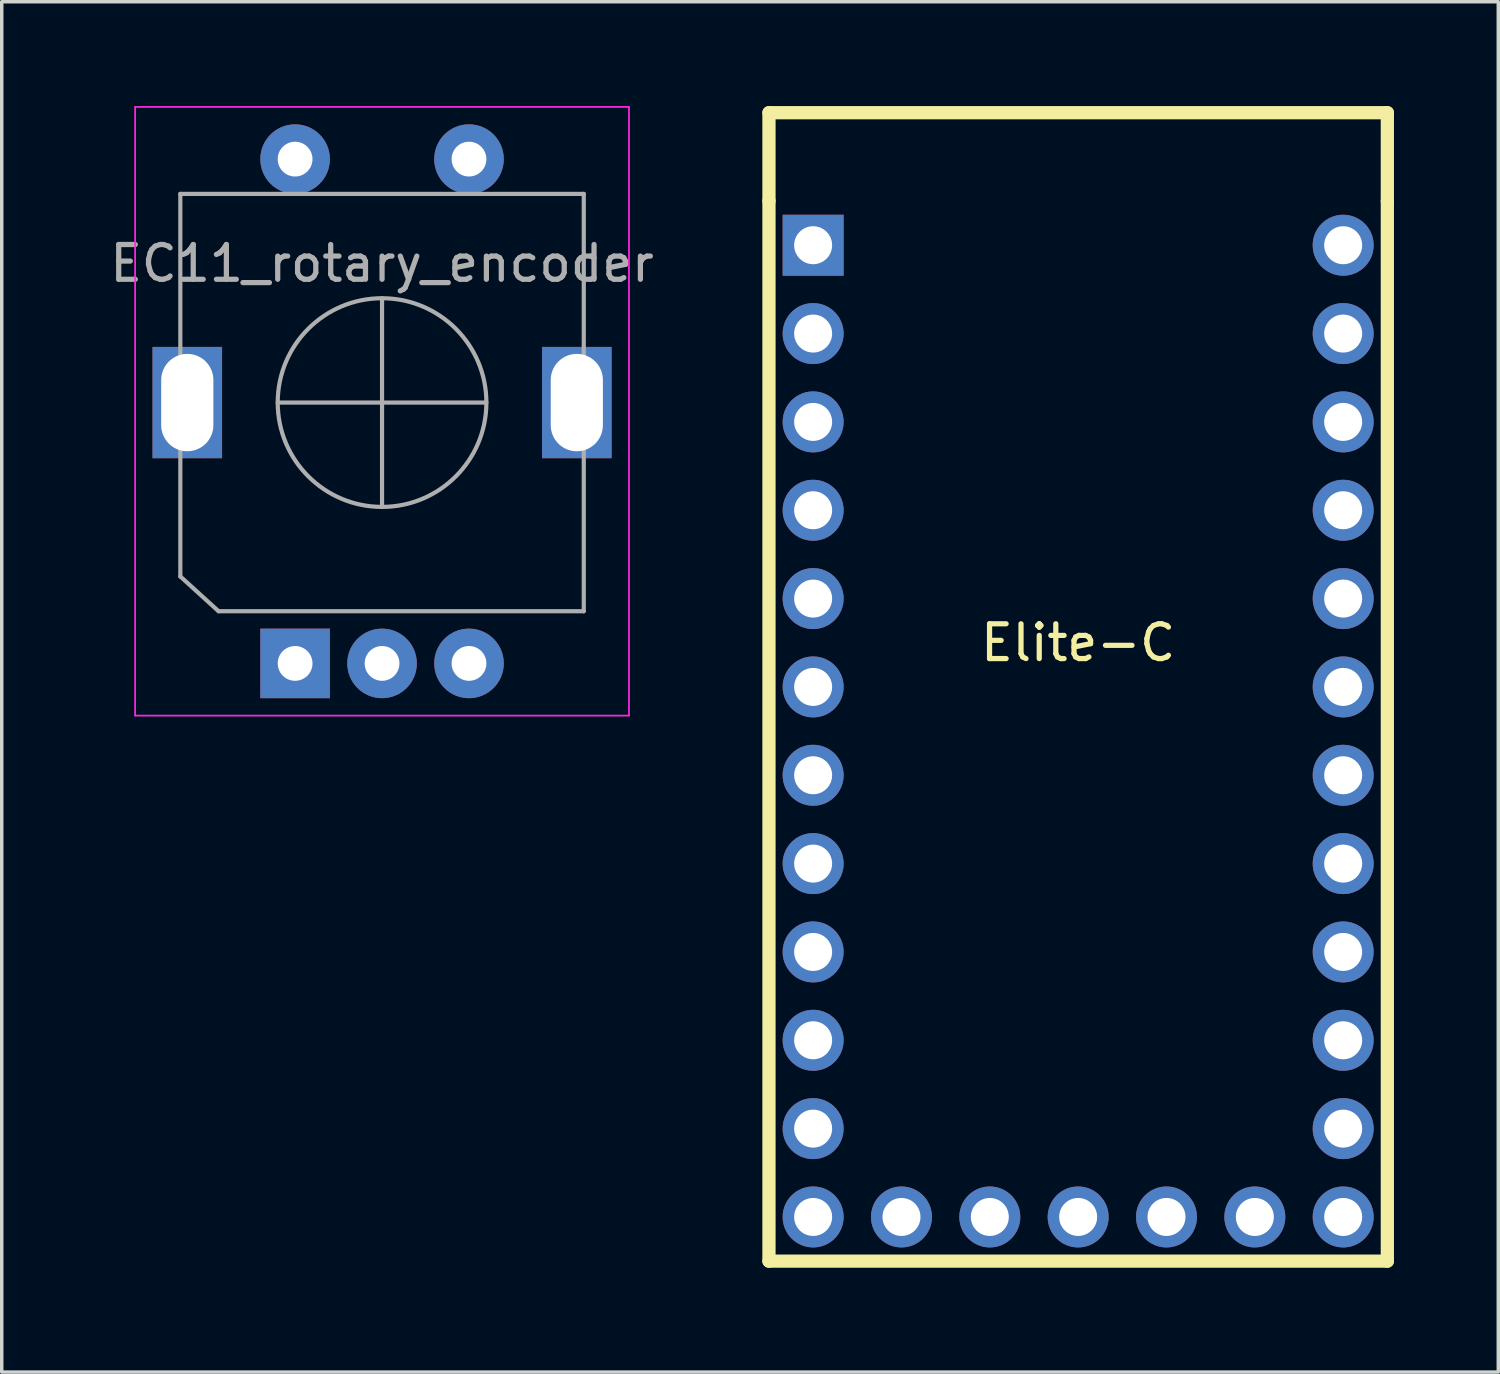
<source format=kicad_pcb>
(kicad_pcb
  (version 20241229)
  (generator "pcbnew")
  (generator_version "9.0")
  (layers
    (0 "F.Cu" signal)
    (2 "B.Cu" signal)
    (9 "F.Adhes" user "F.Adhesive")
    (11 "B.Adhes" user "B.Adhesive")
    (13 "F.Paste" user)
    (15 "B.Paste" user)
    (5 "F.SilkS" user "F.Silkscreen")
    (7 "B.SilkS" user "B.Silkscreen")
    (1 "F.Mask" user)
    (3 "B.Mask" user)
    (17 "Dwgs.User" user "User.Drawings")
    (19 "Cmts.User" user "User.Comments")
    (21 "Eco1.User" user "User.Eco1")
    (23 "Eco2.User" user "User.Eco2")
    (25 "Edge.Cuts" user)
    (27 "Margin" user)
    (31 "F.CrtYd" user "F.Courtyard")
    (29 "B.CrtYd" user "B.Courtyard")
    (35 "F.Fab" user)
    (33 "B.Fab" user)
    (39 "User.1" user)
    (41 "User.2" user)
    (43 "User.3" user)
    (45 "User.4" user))
  (footprint "EC11_rotary_encoder"
    (layer "F.Cu")
    (at 7.935 8.525)
    (property "Reference" "EC11_rotary_encoder" (at 0 -4 180) (layer "F.Fab") (effects (font (size 1 1) (thickness 0.15))))
    (attr through_hole)
    (fp_line (start -7.1 9) (end -7.1 -8.5) (stroke (width 0.05) (type solid)) (layer "F.CrtYd"))
    (fp_line (start -7.1 9) (end 7.1 9) (stroke (width 0.05) (type solid)) (layer "F.CrtYd"))
    (fp_line (start 7.1 -8.5) (end -7.1 -8.5) (stroke (width 0.05) (type solid)) (layer "F.CrtYd"))
    (fp_line (start 7.1 -8.5) (end 7.1 9) (stroke (width 0.05) (type solid)) (layer "F.CrtYd"))
    (fp_line (start -5.8 -6) (end 5.8 -6) (stroke (width 0.12) (type solid)) (layer "F.Fab"))
    (fp_line (start -5.8 5) (end -5.8 -6) (stroke (width 0.12) (type solid)) (layer "F.Fab"))
    (fp_line (start -4.7 6) (end -5.8 5) (stroke (width 0.12) (type solid)) (layer "F.Fab"))
    (fp_line (start -3 0) (end 3 0) (stroke (width 0.12) (type solid)) (layer "F.Fab"))
    (fp_line (start 0 3) (end 0 -3) (stroke (width 0.12) (type solid)) (layer "F.Fab"))
    (fp_line (start 5.8 -6) (end 5.8 6) (stroke (width 0.12) (type solid)) (layer "F.Fab"))
    (fp_line (start 5.8 6) (end -4.7 6) (stroke (width 0.12) (type solid)) (layer "F.Fab"))
    (fp_circle (center 0 0) (end 0 -3) (stroke (width 0.12) (type solid)) (fill no) (layer "F.Fab"))
    (pad "" np_thru_hole rect (at -5.6 0 90) (size 3.2 2) (drill oval 2.8 1.5) (layers "*.Cu" "*.Mask"))
    (pad "" np_thru_hole rect (at 5.6 0 90) (size 3.2 2) (drill oval 2.8 1.5) (layers "*.Cu" "*.Mask"))
    (pad "A" thru_hole rect (at -2.5 7.5 90) (size 2 2) (drill 1) (layers "*.Cu" "*.Mask"))
    (pad "B" thru_hole circle (at 2.5 7.5 90) (size 2 2) (drill 1) (layers "*.Cu" "*.Mask"))
    (pad "C" thru_hole circle (at 0 7.5 90) (size 2 2) (drill 1) (layers "*.Cu" "*.Mask"))
    (pad "S1" thru_hole circle (at 2.5 -7 90) (size 2 2) (drill 1) (layers "*.Cu" "*.Mask"))
    (pad "S2" thru_hole circle (at -2.5 -7 90) (size 2 2) (drill 1) (layers "*.Cu" "*.Mask")))
  (footprint "Elite-C"
    (layer "F.Cu")
    (at 27.95 17.971)
    (property "Reference" "Elite-C" (at 0 -2.54 0) (layer "F.SilkS") (effects (font (size 1 1) (thickness 0.15))))
    (attr through_hole)
    (fp_line (start -8.89 -17.78) (end -8.89 -15.24) (stroke (width 0.381) (type solid)) (layer "F.SilkS"))
    (fp_line (start -8.89 -15.24) (end -8.89 15.24) (stroke (width 0.381) (type solid)) (layer "F.SilkS"))
    (fp_line (start -8.89 15.24) (end 8.89 15.24) (stroke (width 0.381) (type solid)) (layer "F.SilkS"))
    (fp_line (start 8.89 -17.78) (end -8.89 -17.78) (stroke (width 0.381) (type solid)) (layer "F.SilkS"))
    (fp_line (start 8.89 -15.24) (end 8.89 -17.78) (stroke (width 0.381) (type solid)) (layer "F.SilkS"))
    (fp_line (start 8.89 15.24) (end 8.89 -15.24) (stroke (width 0.381) (type solid)) (layer "F.SilkS"))
    (pad "1" thru_hole rect (at -7.62 -13.97 270) (size 1.753 1.753) (drill 1.092) (layers "*.Cu" "*.Mask"))
    (pad "2" thru_hole circle (at -7.62 -11.43 270) (size 1.753 1.753) (drill 1.092) (layers "*.Cu" "*.Mask"))
    (pad "3" thru_hole circle (at -7.62 -8.89 270) (size 1.753 1.753) (drill 1.092) (layers "*.Cu" "*.Mask"))
    (pad "4" thru_hole circle (at -7.62 -6.35 270) (size 1.753 1.753) (drill 1.092) (layers "*.Cu" "*.Mask"))
    (pad "5" thru_hole circle (at -7.62 -3.81 270) (size 1.753 1.753) (drill 1.092) (layers "*.Cu" "*.Mask"))
    (pad "6" thru_hole circle (at -7.62 -1.27 270) (size 1.753 1.753) (drill 1.092) (layers "*.Cu" "*.Mask"))
    (pad "7" thru_hole circle (at -7.62 1.27 270) (size 1.753 1.753) (drill 1.092) (layers "*.Cu" "*.Mask"))
    (pad "8" thru_hole circle (at -7.62 3.81 270) (size 1.753 1.753) (drill 1.092) (layers "*.Cu" "*.Mask"))
    (pad "9" thru_hole circle (at -7.62 6.35 270) (size 1.753 1.753) (drill 1.092) (layers "*.Cu" "*.Mask"))
    (pad "10" thru_hole circle (at -7.62 8.89 270) (size 1.753 1.753) (drill 1.092) (layers "*.Cu" "*.Mask"))
    (pad "11" thru_hole circle (at -7.62 11.43 270) (size 1.753 1.753) (drill 1.092) (layers "*.Cu" "*.Mask"))
    (pad "12" thru_hole circle (at -7.62 13.97 270) (size 1.753 1.753) (drill 1.092) (layers "*.Cu" "*.Mask"))
    (pad "13" thru_hole circle (at 7.62 13.97 270) (size 1.753 1.753) (drill 1.092) (layers "*.Cu" "*.Mask"))
    (pad "14" thru_hole circle (at 7.62 11.43 270) (size 1.753 1.753) (drill 1.092) (layers "*.Cu" "*.Mask"))
    (pad "15" thru_hole circle (at 7.62 8.89 270) (size 1.753 1.753) (drill 1.092) (layers "*.Cu" "*.Mask"))
    (pad "16" thru_hole circle (at 7.62 6.35 270) (size 1.753 1.753) (drill 1.092) (layers "*.Cu" "*.Mask"))
    (pad "17" thru_hole circle (at 7.62 3.81 270) (size 1.753 1.753) (drill 1.092) (layers "*.Cu" "*.Mask"))
    (pad "18" thru_hole circle (at 7.62 1.27 270) (size 1.753 1.753) (drill 1.092) (layers "*.Cu" "*.Mask"))
    (pad "19" thru_hole circle (at 7.62 -1.27 270) (size 1.753 1.753) (drill 1.092) (layers "*.Cu" "*.Mask"))
    (pad "20" thru_hole circle (at 7.62 -3.81 270) (size 1.753 1.753) (drill 1.092) (layers "*.Cu" "*.Mask"))
    (pad "21" thru_hole circle (at 7.62 -6.35 270) (size 1.753 1.753) (drill 1.092) (layers "*.Cu" "*.Mask"))
    (pad "22" thru_hole circle (at 7.62 -8.89 270) (size 1.753 1.753) (drill 1.092) (layers "*.Cu" "*.Mask"))
    (pad "23" thru_hole circle (at 7.62 -11.43 270) (size 1.753 1.753) (drill 1.092) (layers "*.Cu" "*.Mask"))
    (pad "24" thru_hole circle (at 7.62 -13.97 270) (size 1.753 1.753) (drill 1.092) (layers "*.Cu" "*.Mask"))
    (pad "25" thru_hole circle (at -5.08 13.97 270) (size 1.753 1.753) (drill 1.092) (layers "*.Cu" "*.Mask"))
    (pad "26" thru_hole circle (at -2.54 13.97 270) (size 1.753 1.753) (drill 1.092) (layers "*.Cu" "*.Mask"))
    (pad "27" thru_hole circle (at 0 13.97 270) (size 1.753 1.753) (drill 1.092) (layers "*.Cu" "*.Mask"))
    (pad "28" thru_hole circle (at 2.54 13.97 270) (size 1.753 1.753) (drill 1.092) (layers "*.Cu" "*.Mask"))
    (pad "29" thru_hole circle (at 5.08 13.97 270) (size 1.753 1.753) (drill 1.092) (layers "*.Cu" "*.Mask")))
  (gr_rect
    (start -3 -3)
    (end 40.03 36.401)
    (stroke (width 0.1) (type default))
    (fill no)
    (layer "Edge.Cuts")))
</source>
